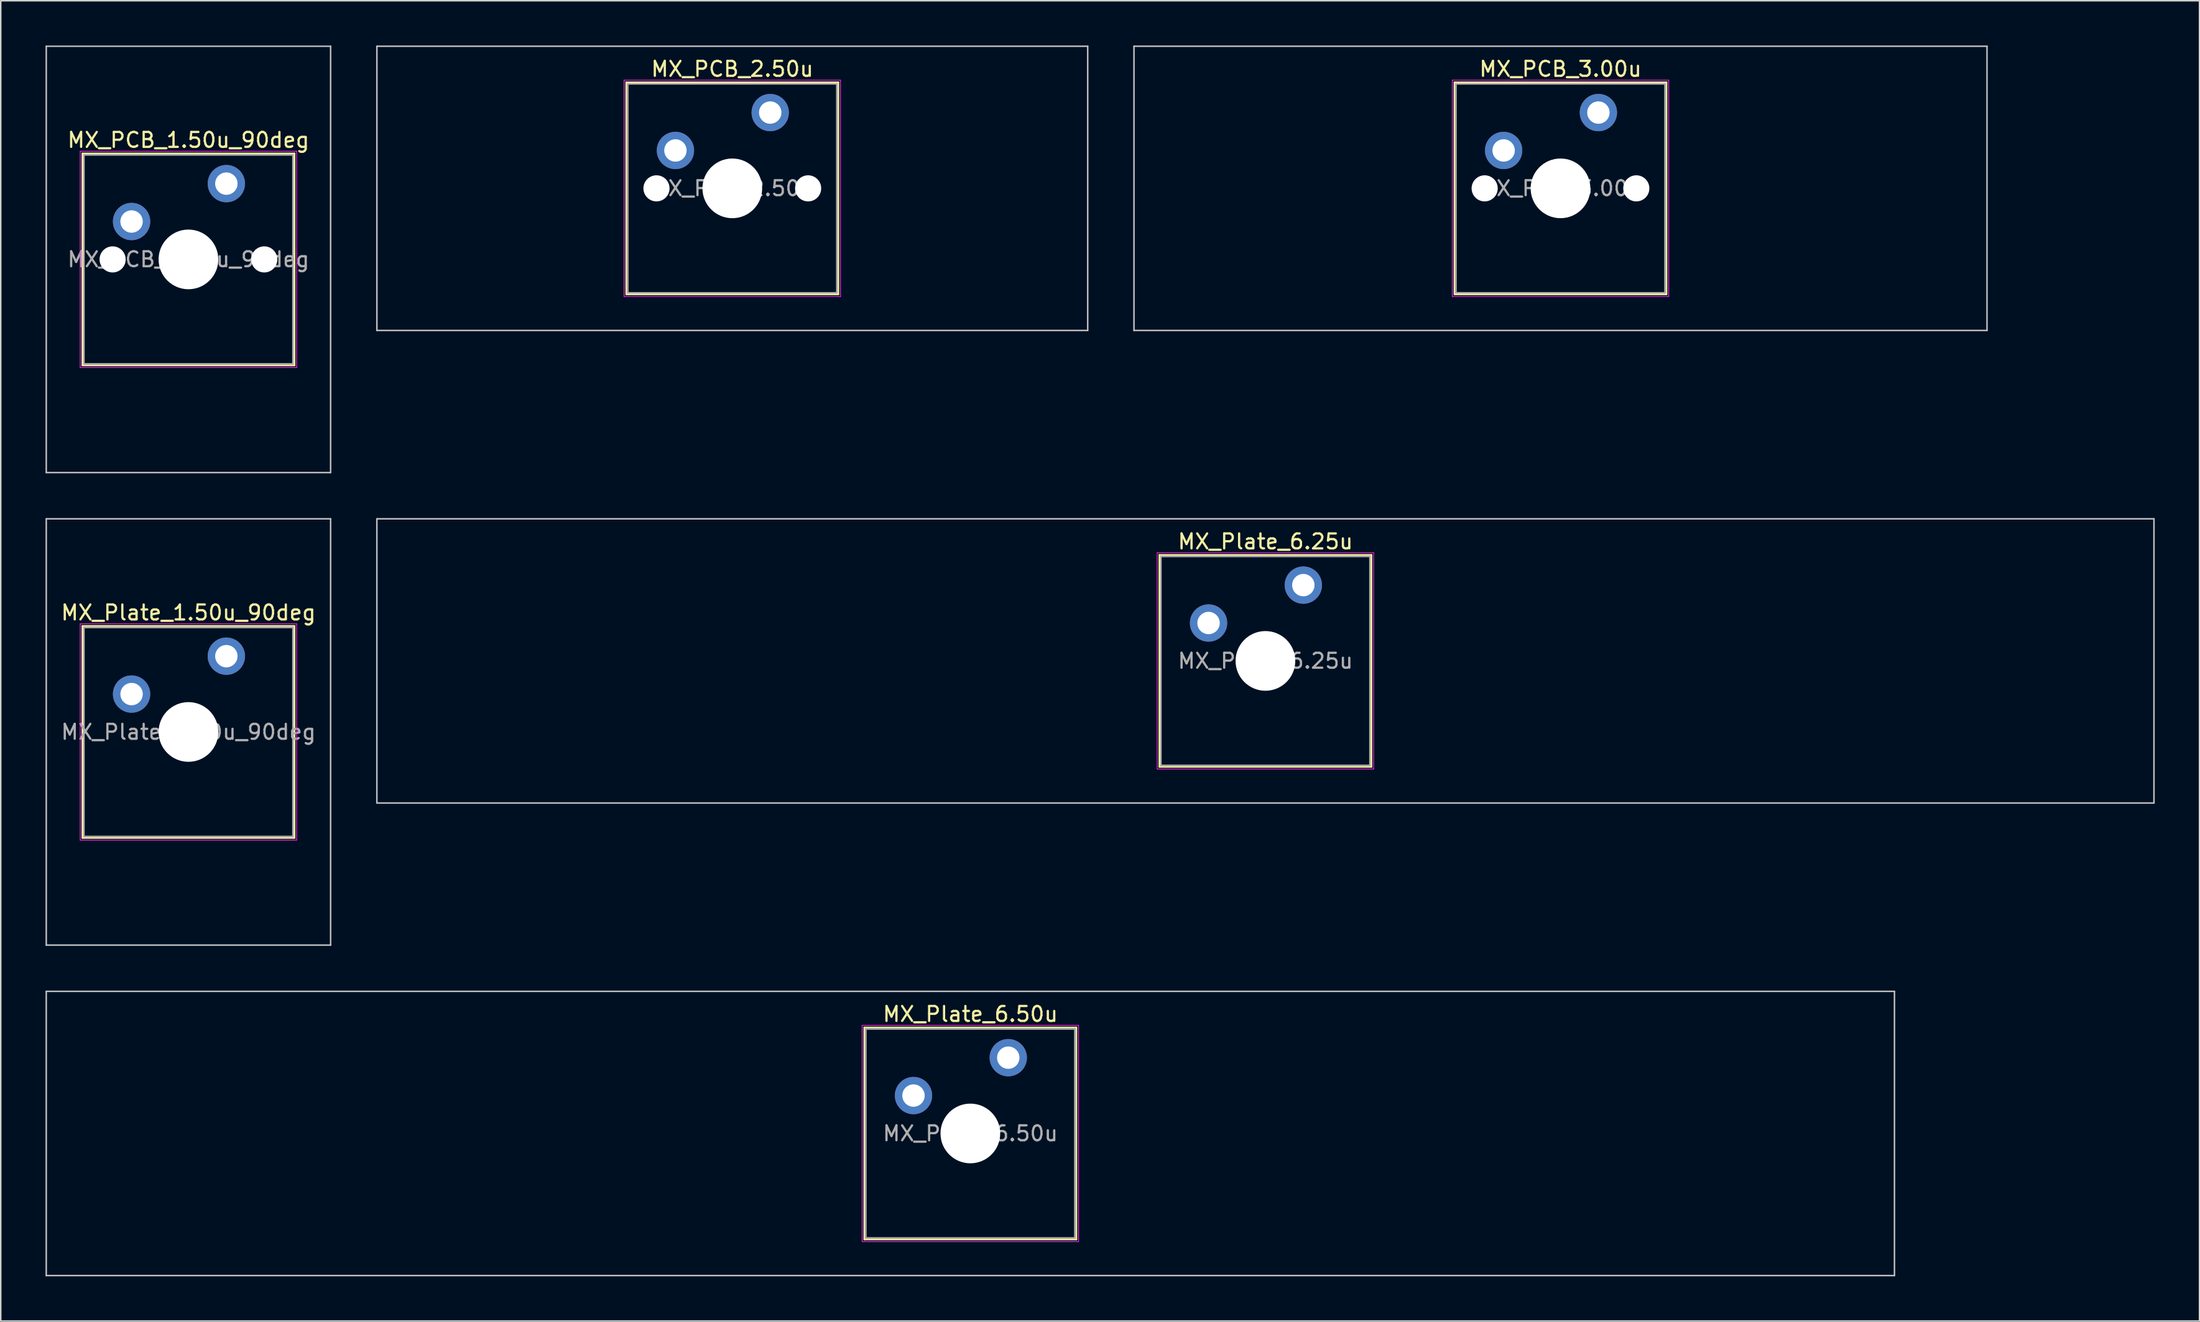
<source format=kicad_pcb>
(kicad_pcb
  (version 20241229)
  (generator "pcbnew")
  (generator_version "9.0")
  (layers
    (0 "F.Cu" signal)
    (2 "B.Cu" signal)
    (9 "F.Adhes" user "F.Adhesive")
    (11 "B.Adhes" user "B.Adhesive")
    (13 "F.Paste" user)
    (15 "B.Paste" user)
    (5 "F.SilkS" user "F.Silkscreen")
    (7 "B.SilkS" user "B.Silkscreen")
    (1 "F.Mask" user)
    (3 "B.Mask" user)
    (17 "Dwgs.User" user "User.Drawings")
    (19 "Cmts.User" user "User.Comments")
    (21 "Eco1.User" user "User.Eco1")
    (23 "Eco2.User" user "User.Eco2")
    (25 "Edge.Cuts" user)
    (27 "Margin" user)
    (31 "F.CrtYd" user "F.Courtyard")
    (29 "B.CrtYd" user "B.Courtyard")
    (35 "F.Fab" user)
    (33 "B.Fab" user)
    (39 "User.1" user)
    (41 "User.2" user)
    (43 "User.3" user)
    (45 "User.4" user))
  (footprint "MX_Plate_6.50u"
    (layer "F.Cu")
    (at 61.962 72.925)
    (property "Reference" "MX_Plate_6.50u" (at 0 -8 0) (layer "F.SilkS") (effects (font (size 1 1) (thickness 0.15))))
    (attr through_hole)
    (fp_line (start -7.1 -7.1) (end -7.1 7.1) (stroke (width 0.12) (type solid)) (layer "F.SilkS"))
    (fp_line (start -7.1 7.1) (end 7.1 7.1) (stroke (width 0.12) (type solid)) (layer "F.SilkS"))
    (fp_line (start 7.1 -7.1) (end -7.1 -7.1) (stroke (width 0.12) (type solid)) (layer "F.SilkS"))
    (fp_line (start 7.1 7.1) (end 7.1 -7.1) (stroke (width 0.12) (type solid)) (layer "F.SilkS"))
    (fp_line (start -61.913 -9.525) (end -61.913 9.525) (stroke (width 0.1) (type solid)) (layer "Dwgs.User"))
    (fp_line (start -61.913 9.525) (end 61.913 9.525) (stroke (width 0.1) (type solid)) (layer "Dwgs.User"))
    (fp_line (start 61.913 -9.525) (end -61.913 -9.525) (stroke (width 0.1) (type solid)) (layer "Dwgs.User"))
    (fp_line (start 61.913 9.525) (end 61.913 -9.525) (stroke (width 0.1) (type solid)) (layer "Dwgs.User"))
    (fp_line (start -7 -7) (end -7 7) (stroke (width 0.1) (type solid)) (layer "Eco1.User"))
    (fp_line (start -7 7) (end 7 7) (stroke (width 0.1) (type solid)) (layer "Eco1.User"))
    (fp_line (start 7 -7) (end -7 -7) (stroke (width 0.1) (type solid)) (layer "Eco1.User"))
    (fp_line (start 7 7) (end 7 -7) (stroke (width 0.1) (type solid)) (layer "Eco1.User"))
    (fp_line (start -7.25 -7.25) (end -7.25 7.25) (stroke (width 0.05) (type solid)) (layer "F.CrtYd"))
    (fp_line (start -7.25 7.25) (end 7.25 7.25) (stroke (width 0.05) (type solid)) (layer "F.CrtYd"))
    (fp_line (start 7.25 -7.25) (end -7.25 -7.25) (stroke (width 0.05) (type solid)) (layer "F.CrtYd"))
    (fp_line (start 7.25 7.25) (end 7.25 -7.25) (stroke (width 0.05) (type solid)) (layer "F.CrtYd"))
    (fp_line (start -7 -7) (end -7 7) (stroke (width 0.1) (type solid)) (layer "F.Fab"))
    (fp_line (start -7 7) (end 7 7) (stroke (width 0.1) (type solid)) (layer "F.Fab"))
    (fp_line (start 7 -7) (end -7 -7) (stroke (width 0.1) (type solid)) (layer "F.Fab"))
    (fp_line (start 7 7) (end 7 -7) (stroke (width 0.1) (type solid)) (layer "F.Fab"))
    (fp_text user "${REFERENCE}" (at 0 0 0) (layer "F.Fab") (effects (font (size 1 1) (thickness 0.15))))
    (pad "" np_thru_hole circle (at 0 0) (size 4 4) (drill 4) (layers "*.Cu" "*.Mask"))
    (pad "1" thru_hole circle (at -3.81 -2.54) (size 2.5 2.5) (drill 1.5) (layers "*.Cu" "*.Mask"))
    (pad "2" thru_hole circle (at 2.54 -5.08) (size 2.5 2.5) (drill 1.5) (layers "*.Cu" "*.Mask")))
  (footprint "MX_PCB_2.50u"
    (layer "F.Cu")
    (at 46.013 9.575)
    (property "Reference" "MX_PCB_2.50u" (at 0 -8 0) (layer "F.SilkS") (effects (font (size 1 1) (thickness 0.15))))
    (attr through_hole)
    (fp_line (start -7.1 -7.1) (end -7.1 7.1) (stroke (width 0.12) (type solid)) (layer "F.SilkS"))
    (fp_line (start -7.1 7.1) (end 7.1 7.1) (stroke (width 0.12) (type solid)) (layer "F.SilkS"))
    (fp_line (start 7.1 -7.1) (end -7.1 -7.1) (stroke (width 0.12) (type solid)) (layer "F.SilkS"))
    (fp_line (start 7.1 7.1) (end 7.1 -7.1) (stroke (width 0.12) (type solid)) (layer "F.SilkS"))
    (fp_line (start -23.812 -9.525) (end -23.812 9.525) (stroke (width 0.1) (type solid)) (layer "Dwgs.User"))
    (fp_line (start -23.812 9.525) (end 23.812 9.525) (stroke (width 0.1) (type solid)) (layer "Dwgs.User"))
    (fp_line (start 23.812 -9.525) (end -23.812 -9.525) (stroke (width 0.1) (type solid)) (layer "Dwgs.User"))
    (fp_line (start 23.812 9.525) (end 23.812 -9.525) (stroke (width 0.1) (type solid)) (layer "Dwgs.User"))
    (fp_line (start -7 -7) (end -7 7) (stroke (width 0.1) (type solid)) (layer "Eco1.User"))
    (fp_line (start -7 7) (end 7 7) (stroke (width 0.1) (type solid)) (layer "Eco1.User"))
    (fp_line (start 7 -7) (end -7 -7) (stroke (width 0.1) (type solid)) (layer "Eco1.User"))
    (fp_line (start 7 7) (end 7 -7) (stroke (width 0.1) (type solid)) (layer "Eco1.User"))
    (fp_line (start -7.25 -7.25) (end -7.25 7.25) (stroke (width 0.05) (type solid)) (layer "F.CrtYd"))
    (fp_line (start -7.25 7.25) (end 7.25 7.25) (stroke (width 0.05) (type solid)) (layer "F.CrtYd"))
    (fp_line (start 7.25 -7.25) (end -7.25 -7.25) (stroke (width 0.05) (type solid)) (layer "F.CrtYd"))
    (fp_line (start 7.25 7.25) (end 7.25 -7.25) (stroke (width 0.05) (type solid)) (layer "F.CrtYd"))
    (fp_line (start -7 -7) (end -7 7) (stroke (width 0.1) (type solid)) (layer "F.Fab"))
    (fp_line (start -7 7) (end 7 7) (stroke (width 0.1) (type solid)) (layer "F.Fab"))
    (fp_line (start 7 -7) (end -7 -7) (stroke (width 0.1) (type solid)) (layer "F.Fab"))
    (fp_line (start 7 7) (end 7 -7) (stroke (width 0.1) (type solid)) (layer "F.Fab"))
    (fp_text user "${REFERENCE}" (at 0 0 0) (layer "F.Fab") (effects (font (size 1 1) (thickness 0.15))))
    (pad "" np_thru_hole circle (at -5.08 0) (size 1.75 1.75) (drill 1.75) (layers "*.Cu" "*.Mask"))
    (pad "" np_thru_hole circle (at 0 0) (size 4 4) (drill 4) (layers "*.Cu" "*.Mask"))
    (pad "" np_thru_hole circle (at 5.08 0) (size 1.75 1.75) (drill 1.75) (layers "*.Cu" "*.Mask"))
    (pad "1" thru_hole circle (at -3.81 -2.54) (size 2.5 2.5) (drill 1.5) (layers "*.Cu" "*.Mask"))
    (pad "2" thru_hole circle (at 2.54 -5.08) (size 2.5 2.5) (drill 1.5) (layers "*.Cu" "*.Mask")))
  (footprint "MX_Plate_1.50u_90deg"
    (layer "F.Cu")
    (at 9.575 46.013)
    (property "Reference" "MX_Plate_1.50u_90deg" (at 0 -8 0) (layer "F.SilkS") (effects (font (size 1 1) (thickness 0.15))))
    (attr through_hole)
    (fp_line (start -7.1 -7.1) (end -7.1 7.1) (stroke (width 0.12) (type solid)) (layer "F.SilkS"))
    (fp_line (start -7.1 7.1) (end 7.1 7.1) (stroke (width 0.12) (type solid)) (layer "F.SilkS"))
    (fp_line (start 7.1 -7.1) (end -7.1 -7.1) (stroke (width 0.12) (type solid)) (layer "F.SilkS"))
    (fp_line (start 7.1 7.1) (end 7.1 -7.1) (stroke (width 0.12) (type solid)) (layer "F.SilkS"))
    (fp_line (start -9.525 -14.287) (end 9.525 -14.287) (stroke (width 0.1) (type solid)) (layer "Dwgs.User"))
    (fp_line (start -9.525 14.287) (end -9.525 -14.287) (stroke (width 0.1) (type solid)) (layer "Dwgs.User"))
    (fp_line (start 9.525 -14.287) (end 9.525 14.287) (stroke (width 0.1) (type solid)) (layer "Dwgs.User"))
    (fp_line (start 9.525 14.287) (end -9.525 14.287) (stroke (width 0.1) (type solid)) (layer "Dwgs.User"))
    (fp_line (start -7 -7) (end -7 7) (stroke (width 0.1) (type solid)) (layer "Eco1.User"))
    (fp_line (start -7 7) (end 7 7) (stroke (width 0.1) (type solid)) (layer "Eco1.User"))
    (fp_line (start 7 -7) (end -7 -7) (stroke (width 0.1) (type solid)) (layer "Eco1.User"))
    (fp_line (start 7 7) (end 7 -7) (stroke (width 0.1) (type solid)) (layer "Eco1.User"))
    (fp_line (start -7.25 -7.25) (end -7.25 7.25) (stroke (width 0.05) (type solid)) (layer "F.CrtYd"))
    (fp_line (start -7.25 7.25) (end 7.25 7.25) (stroke (width 0.05) (type solid)) (layer "F.CrtYd"))
    (fp_line (start 7.25 -7.25) (end -7.25 -7.25) (stroke (width 0.05) (type solid)) (layer "F.CrtYd"))
    (fp_line (start 7.25 7.25) (end 7.25 -7.25) (stroke (width 0.05) (type solid)) (layer "F.CrtYd"))
    (fp_line (start -7 -7) (end -7 7) (stroke (width 0.1) (type solid)) (layer "F.Fab"))
    (fp_line (start -7 7) (end 7 7) (stroke (width 0.1) (type solid)) (layer "F.Fab"))
    (fp_line (start 7 -7) (end -7 -7) (stroke (width 0.1) (type solid)) (layer "F.Fab"))
    (fp_line (start 7 7) (end 7 -7) (stroke (width 0.1) (type solid)) (layer "F.Fab"))
    (fp_text user "${REFERENCE}" (at 0 0 0) (layer "F.Fab") (effects (font (size 1 1) (thickness 0.15))))
    (pad "" np_thru_hole circle (at 0 0) (size 4 4) (drill 4) (layers "*.Cu" "*.Mask"))
    (pad "1" thru_hole circle (at -3.81 -2.54) (size 2.5 2.5) (drill 1.5) (layers "*.Cu" "*.Mask"))
    (pad "2" thru_hole circle (at 2.54 -5.08) (size 2.5 2.5) (drill 1.5) (layers "*.Cu" "*.Mask")))
  (footprint "MX_Plate_6.25u"
    (layer "F.Cu")
    (at 81.731 41.25)
    (property "Reference" "MX_Plate_6.25u" (at 0 -8 0) (layer "F.SilkS") (effects (font (size 1 1) (thickness 0.15))))
    (attr through_hole)
    (fp_line (start -7.1 -7.1) (end -7.1 7.1) (stroke (width 0.12) (type solid)) (layer "F.SilkS"))
    (fp_line (start -7.1 7.1) (end 7.1 7.1) (stroke (width 0.12) (type solid)) (layer "F.SilkS"))
    (fp_line (start 7.1 -7.1) (end -7.1 -7.1) (stroke (width 0.12) (type solid)) (layer "F.SilkS"))
    (fp_line (start 7.1 7.1) (end 7.1 -7.1) (stroke (width 0.12) (type solid)) (layer "F.SilkS"))
    (fp_line (start -59.531 -9.525) (end -59.531 9.525) (stroke (width 0.1) (type solid)) (layer "Dwgs.User"))
    (fp_line (start -59.531 9.525) (end 59.531 9.525) (stroke (width 0.1) (type solid)) (layer "Dwgs.User"))
    (fp_line (start 59.531 -9.525) (end -59.531 -9.525) (stroke (width 0.1) (type solid)) (layer "Dwgs.User"))
    (fp_line (start 59.531 9.525) (end 59.531 -9.525) (stroke (width 0.1) (type solid)) (layer "Dwgs.User"))
    (fp_line (start -7 -7) (end -7 7) (stroke (width 0.1) (type solid)) (layer "Eco1.User"))
    (fp_line (start -7 7) (end 7 7) (stroke (width 0.1) (type solid)) (layer "Eco1.User"))
    (fp_line (start 7 -7) (end -7 -7) (stroke (width 0.1) (type solid)) (layer "Eco1.User"))
    (fp_line (start 7 7) (end 7 -7) (stroke (width 0.1) (type solid)) (layer "Eco1.User"))
    (fp_line (start -7.25 -7.25) (end -7.25 7.25) (stroke (width 0.05) (type solid)) (layer "F.CrtYd"))
    (fp_line (start -7.25 7.25) (end 7.25 7.25) (stroke (width 0.05) (type solid)) (layer "F.CrtYd"))
    (fp_line (start 7.25 -7.25) (end -7.25 -7.25) (stroke (width 0.05) (type solid)) (layer "F.CrtYd"))
    (fp_line (start 7.25 7.25) (end 7.25 -7.25) (stroke (width 0.05) (type solid)) (layer "F.CrtYd"))
    (fp_line (start -7 -7) (end -7 7) (stroke (width 0.1) (type solid)) (layer "F.Fab"))
    (fp_line (start -7 7) (end 7 7) (stroke (width 0.1) (type solid)) (layer "F.Fab"))
    (fp_line (start 7 -7) (end -7 -7) (stroke (width 0.1) (type solid)) (layer "F.Fab"))
    (fp_line (start 7 7) (end 7 -7) (stroke (width 0.1) (type solid)) (layer "F.Fab"))
    (fp_text user "${REFERENCE}" (at 0 0 0) (layer "F.Fab") (effects (font (size 1 1) (thickness 0.15))))
    (pad "" np_thru_hole circle (at 0 0) (size 4 4) (drill 4) (layers "*.Cu" "*.Mask"))
    (pad "1" thru_hole circle (at -3.81 -2.54) (size 2.5 2.5) (drill 1.5) (layers "*.Cu" "*.Mask"))
    (pad "2" thru_hole circle (at 2.54 -5.08) (size 2.5 2.5) (drill 1.5) (layers "*.Cu" "*.Mask")))
  (footprint "MX_PCB_1.50u_90deg"
    (layer "F.Cu")
    (at 9.575 14.338)
    (property "Reference" "MX_PCB_1.50u_90deg" (at 0 -8 0) (layer "F.SilkS") (effects (font (size 1 1) (thickness 0.15))))
    (attr through_hole)
    (fp_line (start -7.1 -7.1) (end -7.1 7.1) (stroke (width 0.12) (type solid)) (layer "F.SilkS"))
    (fp_line (start -7.1 7.1) (end 7.1 7.1) (stroke (width 0.12) (type solid)) (layer "F.SilkS"))
    (fp_line (start 7.1 -7.1) (end -7.1 -7.1) (stroke (width 0.12) (type solid)) (layer "F.SilkS"))
    (fp_line (start 7.1 7.1) (end 7.1 -7.1) (stroke (width 0.12) (type solid)) (layer "F.SilkS"))
    (fp_line (start -9.525 -14.287) (end 9.525 -14.287) (stroke (width 0.1) (type solid)) (layer "Dwgs.User"))
    (fp_line (start -9.525 14.287) (end -9.525 -14.287) (stroke (width 0.1) (type solid)) (layer "Dwgs.User"))
    (fp_line (start 9.525 -14.287) (end 9.525 14.287) (stroke (width 0.1) (type solid)) (layer "Dwgs.User"))
    (fp_line (start 9.525 14.287) (end -9.525 14.287) (stroke (width 0.1) (type solid)) (layer "Dwgs.User"))
    (fp_line (start -7 -7) (end -7 7) (stroke (width 0.1) (type solid)) (layer "Eco1.User"))
    (fp_line (start -7 7) (end 7 7) (stroke (width 0.1) (type solid)) (layer "Eco1.User"))
    (fp_line (start 7 -7) (end -7 -7) (stroke (width 0.1) (type solid)) (layer "Eco1.User"))
    (fp_line (start 7 7) (end 7 -7) (stroke (width 0.1) (type solid)) (layer "Eco1.User"))
    (fp_line (start -7.25 -7.25) (end -7.25 7.25) (stroke (width 0.05) (type solid)) (layer "F.CrtYd"))
    (fp_line (start -7.25 7.25) (end 7.25 7.25) (stroke (width 0.05) (type solid)) (layer "F.CrtYd"))
    (fp_line (start 7.25 -7.25) (end -7.25 -7.25) (stroke (width 0.05) (type solid)) (layer "F.CrtYd"))
    (fp_line (start 7.25 7.25) (end 7.25 -7.25) (stroke (width 0.05) (type solid)) (layer "F.CrtYd"))
    (fp_line (start -7 -7) (end -7 7) (stroke (width 0.1) (type solid)) (layer "F.Fab"))
    (fp_line (start -7 7) (end 7 7) (stroke (width 0.1) (type solid)) (layer "F.Fab"))
    (fp_line (start 7 -7) (end -7 -7) (stroke (width 0.1) (type solid)) (layer "F.Fab"))
    (fp_line (start 7 7) (end 7 -7) (stroke (width 0.1) (type solid)) (layer "F.Fab"))
    (fp_text user "${REFERENCE}" (at 0 0 0) (layer "F.Fab") (effects (font (size 1 1) (thickness 0.15))))
    (pad "" np_thru_hole circle (at -5.08 0) (size 1.75 1.75) (drill 1.75) (layers "*.Cu" "*.Mask"))
    (pad "" np_thru_hole circle (at 0 0) (size 4 4) (drill 4) (layers "*.Cu" "*.Mask"))
    (pad "" np_thru_hole circle (at 5.08 0) (size 1.75 1.75) (drill 1.75) (layers "*.Cu" "*.Mask"))
    (pad "1" thru_hole circle (at -3.81 -2.54) (size 2.5 2.5) (drill 1.5) (layers "*.Cu" "*.Mask"))
    (pad "2" thru_hole circle (at 2.54 -5.08) (size 2.5 2.5) (drill 1.5) (layers "*.Cu" "*.Mask")))
  (footprint "MX_PCB_3.00u"
    (layer "F.Cu")
    (at 101.5 9.575)
    (property "Reference" "MX_PCB_3.00u" (at 0 -8 0) (layer "F.SilkS") (effects (font (size 1 1) (thickness 0.15))))
    (attr through_hole)
    (fp_line (start -7.1 -7.1) (end -7.1 7.1) (stroke (width 0.12) (type solid)) (layer "F.SilkS"))
    (fp_line (start -7.1 7.1) (end 7.1 7.1) (stroke (width 0.12) (type solid)) (layer "F.SilkS"))
    (fp_line (start 7.1 -7.1) (end -7.1 -7.1) (stroke (width 0.12) (type solid)) (layer "F.SilkS"))
    (fp_line (start 7.1 7.1) (end 7.1 -7.1) (stroke (width 0.12) (type solid)) (layer "F.SilkS"))
    (fp_line (start -28.575 -9.525) (end -28.575 9.525) (stroke (width 0.1) (type solid)) (layer "Dwgs.User"))
    (fp_line (start -28.575 9.525) (end 28.575 9.525) (stroke (width 0.1) (type solid)) (layer "Dwgs.User"))
    (fp_line (start 28.575 -9.525) (end -28.575 -9.525) (stroke (width 0.1) (type solid)) (layer "Dwgs.User"))
    (fp_line (start 28.575 9.525) (end 28.575 -9.525) (stroke (width 0.1) (type solid)) (layer "Dwgs.User"))
    (fp_line (start -7 -7) (end -7 7) (stroke (width 0.1) (type solid)) (layer "Eco1.User"))
    (fp_line (start -7 7) (end 7 7) (stroke (width 0.1) (type solid)) (layer "Eco1.User"))
    (fp_line (start 7 -7) (end -7 -7) (stroke (width 0.1) (type solid)) (layer "Eco1.User"))
    (fp_line (start 7 7) (end 7 -7) (stroke (width 0.1) (type solid)) (layer "Eco1.User"))
    (fp_line (start -7.25 -7.25) (end -7.25 7.25) (stroke (width 0.05) (type solid)) (layer "F.CrtYd"))
    (fp_line (start -7.25 7.25) (end 7.25 7.25) (stroke (width 0.05) (type solid)) (layer "F.CrtYd"))
    (fp_line (start 7.25 -7.25) (end -7.25 -7.25) (stroke (width 0.05) (type solid)) (layer "F.CrtYd"))
    (fp_line (start 7.25 7.25) (end 7.25 -7.25) (stroke (width 0.05) (type solid)) (layer "F.CrtYd"))
    (fp_line (start -7 -7) (end -7 7) (stroke (width 0.1) (type solid)) (layer "F.Fab"))
    (fp_line (start -7 7) (end 7 7) (stroke (width 0.1) (type solid)) (layer "F.Fab"))
    (fp_line (start 7 -7) (end -7 -7) (stroke (width 0.1) (type solid)) (layer "F.Fab"))
    (fp_line (start 7 7) (end 7 -7) (stroke (width 0.1) (type solid)) (layer "F.Fab"))
    (fp_text user "${REFERENCE}" (at 0 0 0) (layer "F.Fab") (effects (font (size 1 1) (thickness 0.15))))
    (pad "" np_thru_hole circle (at -5.08 0) (size 1.75 1.75) (drill 1.75) (layers "*.Cu" "*.Mask"))
    (pad "" np_thru_hole circle (at 0 0) (size 4 4) (drill 4) (layers "*.Cu" "*.Mask"))
    (pad "" np_thru_hole circle (at 5.08 0) (size 1.75 1.75) (drill 1.75) (layers "*.Cu" "*.Mask"))
    (pad "1" thru_hole circle (at -3.81 -2.54) (size 2.5 2.5) (drill 1.5) (layers "*.Cu" "*.Mask"))
    (pad "2" thru_hole circle (at 2.54 -5.08) (size 2.5 2.5) (drill 1.5) (layers "*.Cu" "*.Mask")))
  (gr_rect
    (start -3 -3)
    (end 144.312 85.5)
    (stroke (width 0.1) (type default))
    (fill no)
    (layer "Edge.Cuts")))
</source>
